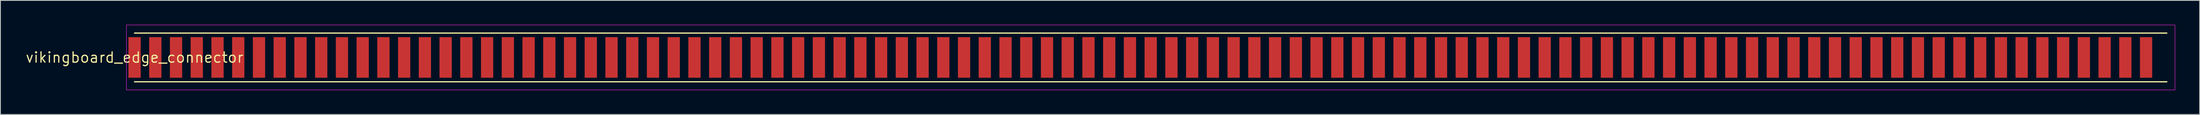
<source format=kicad_pcb>
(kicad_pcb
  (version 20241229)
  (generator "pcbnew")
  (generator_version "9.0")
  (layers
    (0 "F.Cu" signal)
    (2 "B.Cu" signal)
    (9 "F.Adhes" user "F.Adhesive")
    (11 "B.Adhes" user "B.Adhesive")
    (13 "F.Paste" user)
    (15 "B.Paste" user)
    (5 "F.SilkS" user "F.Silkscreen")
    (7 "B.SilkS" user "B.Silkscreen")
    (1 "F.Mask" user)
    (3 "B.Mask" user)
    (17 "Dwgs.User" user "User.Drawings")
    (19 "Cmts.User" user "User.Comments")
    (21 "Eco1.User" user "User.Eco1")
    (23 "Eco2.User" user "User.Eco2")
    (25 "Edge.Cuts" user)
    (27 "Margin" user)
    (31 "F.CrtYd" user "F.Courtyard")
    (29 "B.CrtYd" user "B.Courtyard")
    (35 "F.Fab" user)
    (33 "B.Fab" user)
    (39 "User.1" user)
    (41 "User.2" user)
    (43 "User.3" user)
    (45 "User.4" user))
  (footprint "vikingboard_edge_connector"
    (layer "F.Cu")
    (at 13.433 4.025)
    (property "Reference" "vikingboard_edge_connector" (at 0 0 0) (layer "F.SilkS") (effects (font (size 1.27 1.27) (thickness 0.15))))
    (fp_line (start 0 -3) (end 248.92 -3) (stroke (width 0.15) (type solid)) (layer "F.SilkS"))
    (fp_line (start 0 3) (end 248.92 3) (stroke (width 0.15) (type solid)) (layer "F.SilkS"))
    (fp_rect (start -1 -4) (end 249.92 4) (stroke (width 0.05) (type solid)) (fill no) (layer "F.CrtYd"))
    (pad "1" smd rect (at 0 0) (size 1.5 5) (layers "F.Cu" "F.Mask" "F.Paste"))
    (pad "2" smd rect (at 2.54 0) (size 1.5 5) (layers "F.Cu" "F.Mask" "F.Paste"))
    (pad "3" smd rect (at 5.08 0) (size 1.5 5) (layers "F.Cu" "F.Mask" "F.Paste"))
    (pad "4" smd rect (at 7.62 0) (size 1.5 5) (layers "F.Cu" "F.Mask" "F.Paste"))
    (pad "5" smd rect (at 10.16 0) (size 1.5 5) (layers "F.Cu" "F.Mask" "F.Paste"))
    (pad "6" smd rect (at 12.7 0) (size 1.5 5) (layers "F.Cu" "F.Mask" "F.Paste"))
    (pad "7" smd rect (at 15.24 0) (size 1.5 5) (layers "F.Cu" "F.Mask" "F.Paste"))
    (pad "8" smd rect (at 17.78 0) (size 1.5 5) (layers "F.Cu" "F.Mask" "F.Paste"))
    (pad "9" smd rect (at 20.32 0) (size 1.5 5) (layers "F.Cu" "F.Mask" "F.Paste"))
    (pad "10" smd rect (at 22.86 0) (size 1.5 5) (layers "F.Cu" "F.Mask" "F.Paste"))
    (pad "11" smd rect (at 25.4 0) (size 1.5 5) (layers "F.Cu" "F.Mask" "F.Paste"))
    (pad "12" smd rect (at 27.94 0) (size 1.5 5) (layers "F.Cu" "F.Mask" "F.Paste"))
    (pad "13" smd rect (at 30.48 0) (size 1.5 5) (layers "F.Cu" "F.Mask" "F.Paste"))
    (pad "14" smd rect (at 33.02 0) (size 1.5 5) (layers "F.Cu" "F.Mask" "F.Paste"))
    (pad "15" smd rect (at 35.56 0) (size 1.5 5) (layers "F.Cu" "F.Mask" "F.Paste"))
    (pad "16" smd rect (at 38.1 0) (size 1.5 5) (layers "F.Cu" "F.Mask" "F.Paste"))
    (pad "17" smd rect (at 40.64 0) (size 1.5 5) (layers "F.Cu" "F.Mask" "F.Paste"))
    (pad "18" smd rect (at 43.18 0) (size 1.5 5) (layers "F.Cu" "F.Mask" "F.Paste"))
    (pad "19" smd rect (at 45.72 0) (size 1.5 5) (layers "F.Cu" "F.Mask" "F.Paste"))
    (pad "20" smd rect (at 48.26 0) (size 1.5 5) (layers "F.Cu" "F.Mask" "F.Paste"))
    (pad "21" smd rect (at 50.8 0) (size 1.5 5) (layers "F.Cu" "F.Mask" "F.Paste"))
    (pad "22" smd rect (at 53.34 0) (size 1.5 5) (layers "F.Cu" "F.Mask" "F.Paste"))
    (pad "23" smd rect (at 55.88 0) (size 1.5 5) (layers "F.Cu" "F.Mask" "F.Paste"))
    (pad "24" smd rect (at 58.42 0) (size 1.5 5) (layers "F.Cu" "F.Mask" "F.Paste"))
    (pad "25" smd rect (at 60.96 0) (size 1.5 5) (layers "F.Cu" "F.Mask" "F.Paste"))
    (pad "26" smd rect (at 63.5 0) (size 1.5 5) (layers "F.Cu" "F.Mask" "F.Paste"))
    (pad "27" smd rect (at 66.04 0) (size 1.5 5) (layers "F.Cu" "F.Mask" "F.Paste"))
    (pad "28" smd rect (at 68.58 0) (size 1.5 5) (layers "F.Cu" "F.Mask" "F.Paste"))
    (pad "29" smd rect (at 71.12 0) (size 1.5 5) (layers "F.Cu" "F.Mask" "F.Paste"))
    (pad "30" smd rect (at 73.66 0) (size 1.5 5) (layers "F.Cu" "F.Mask" "F.Paste"))
    (pad "31" smd rect (at 76.2 0) (size 1.5 5) (layers "F.Cu" "F.Mask" "F.Paste"))
    (pad "32" smd rect (at 78.74 0) (size 1.5 5) (layers "F.Cu" "F.Mask" "F.Paste"))
    (pad "33" smd rect (at 81.28 0) (size 1.5 5) (layers "F.Cu" "F.Mask" "F.Paste"))
    (pad "34" smd rect (at 83.82 0) (size 1.5 5) (layers "F.Cu" "F.Mask" "F.Paste"))
    (pad "35" smd rect (at 86.36 0) (size 1.5 5) (layers "F.Cu" "F.Mask" "F.Paste"))
    (pad "36" smd rect (at 88.9 0) (size 1.5 5) (layers "F.Cu" "F.Mask" "F.Paste"))
    (pad "37" smd rect (at 91.44 0) (size 1.5 5) (layers "F.Cu" "F.Mask" "F.Paste"))
    (pad "38" smd rect (at 93.98 0) (size 1.5 5) (layers "F.Cu" "F.Mask" "F.Paste"))
    (pad "39" smd rect (at 96.52 0) (size 1.5 5) (layers "F.Cu" "F.Mask" "F.Paste"))
    (pad "40" smd rect (at 99.06 0) (size 1.5 5) (layers "F.Cu" "F.Mask" "F.Paste"))
    (pad "41" smd rect (at 101.6 0) (size 1.5 5) (layers "F.Cu" "F.Mask" "F.Paste"))
    (pad "42" smd rect (at 104.14 0) (size 1.5 5) (layers "F.Cu" "F.Mask" "F.Paste"))
    (pad "43" smd rect (at 106.68 0) (size 1.5 5) (layers "F.Cu" "F.Mask" "F.Paste"))
    (pad "44" smd rect (at 109.22 0) (size 1.5 5) (layers "F.Cu" "F.Mask" "F.Paste"))
    (pad "45" smd rect (at 111.76 0) (size 1.5 5) (layers "F.Cu" "F.Mask" "F.Paste"))
    (pad "46" smd rect (at 114.3 0) (size 1.5 5) (layers "F.Cu" "F.Mask" "F.Paste"))
    (pad "47" smd rect (at 116.84 0) (size 1.5 5) (layers "F.Cu" "F.Mask" "F.Paste"))
    (pad "48" smd rect (at 119.38 0) (size 1.5 5) (layers "F.Cu" "F.Mask" "F.Paste"))
    (pad "49" smd rect (at 121.92 0) (size 1.5 5) (layers "F.Cu" "F.Mask" "F.Paste"))
    (pad "50" smd rect (at 124.46 0) (size 1.5 5) (layers "F.Cu" "F.Mask" "F.Paste"))
    (pad "51" smd rect (at 127 0) (size 1.5 5) (layers "F.Cu" "F.Mask" "F.Paste"))
    (pad "52" smd rect (at 129.54 0) (size 1.5 5) (layers "F.Cu" "F.Mask" "F.Paste"))
    (pad "53" smd rect (at 132.08 0) (size 1.5 5) (layers "F.Cu" "F.Mask" "F.Paste"))
    (pad "54" smd rect (at 134.62 0) (size 1.5 5) (layers "F.Cu" "F.Mask" "F.Paste"))
    (pad "55" smd rect (at 137.16 0) (size 1.5 5) (layers "F.Cu" "F.Mask" "F.Paste"))
    (pad "56" smd rect (at 139.7 0) (size 1.5 5) (layers "F.Cu" "F.Mask" "F.Paste"))
    (pad "57" smd rect (at 142.24 0) (size 1.5 5) (layers "F.Cu" "F.Mask" "F.Paste"))
    (pad "58" smd rect (at 144.78 0) (size 1.5 5) (layers "F.Cu" "F.Mask" "F.Paste"))
    (pad "59" smd rect (at 147.32 0) (size 1.5 5) (layers "F.Cu" "F.Mask" "F.Paste"))
    (pad "60" smd rect (at 149.86 0) (size 1.5 5) (layers "F.Cu" "F.Mask" "F.Paste"))
    (pad "61" smd rect (at 152.4 0) (size 1.5 5) (layers "F.Cu" "F.Mask" "F.Paste"))
    (pad "62" smd rect (at 154.94 0) (size 1.5 5) (layers "F.Cu" "F.Mask" "F.Paste"))
    (pad "63" smd rect (at 157.48 0) (size 1.5 5) (layers "F.Cu" "F.Mask" "F.Paste"))
    (pad "64" smd rect (at 160.02 0) (size 1.5 5) (layers "F.Cu" "F.Mask" "F.Paste"))
    (pad "65" smd rect (at 162.56 0) (size 1.5 5) (layers "F.Cu" "F.Mask" "F.Paste"))
    (pad "66" smd rect (at 165.1 0) (size 1.5 5) (layers "F.Cu" "F.Mask" "F.Paste"))
    (pad "67" smd rect (at 167.64 0) (size 1.5 5) (layers "F.Cu" "F.Mask" "F.Paste"))
    (pad "68" smd rect (at 170.18 0) (size 1.5 5) (layers "F.Cu" "F.Mask" "F.Paste"))
    (pad "69" smd rect (at 172.72 0) (size 1.5 5) (layers "F.Cu" "F.Mask" "F.Paste"))
    (pad "70" smd rect (at 175.26 0) (size 1.5 5) (layers "F.Cu" "F.Mask" "F.Paste"))
    (pad "71" smd rect (at 177.8 0) (size 1.5 5) (layers "F.Cu" "F.Mask" "F.Paste"))
    (pad "72" smd rect (at 180.34 0) (size 1.5 5) (layers "F.Cu" "F.Mask" "F.Paste"))
    (pad "73" smd rect (at 182.88 0) (size 1.5 5) (layers "F.Cu" "F.Mask" "F.Paste"))
    (pad "74" smd rect (at 185.42 0) (size 1.5 5) (layers "F.Cu" "F.Mask" "F.Paste"))
    (pad "75" smd rect (at 187.96 0) (size 1.5 5) (layers "F.Cu" "F.Mask" "F.Paste"))
    (pad "76" smd rect (at 190.5 0) (size 1.5 5) (layers "F.Cu" "F.Mask" "F.Paste"))
    (pad "77" smd rect (at 193.04 0) (size 1.5 5) (layers "F.Cu" "F.Mask" "F.Paste"))
    (pad "78" smd rect (at 195.58 0) (size 1.5 5) (layers "F.Cu" "F.Mask" "F.Paste"))
    (pad "79" smd rect (at 198.12 0) (size 1.5 5) (layers "F.Cu" "F.Mask" "F.Paste"))
    (pad "80" smd rect (at 200.66 0) (size 1.5 5) (layers "F.Cu" "F.Mask" "F.Paste"))
    (pad "81" smd rect (at 203.2 0) (size 1.5 5) (layers "F.Cu" "F.Mask" "F.Paste"))
    (pad "82" smd rect (at 205.74 0) (size 1.5 5) (layers "F.Cu" "F.Mask" "F.Paste"))
    (pad "83" smd rect (at 208.28 0) (size 1.5 5) (layers "F.Cu" "F.Mask" "F.Paste"))
    (pad "84" smd rect (at 210.82 0) (size 1.5 5) (layers "F.Cu" "F.Mask" "F.Paste"))
    (pad "85" smd rect (at 213.36 0) (size 1.5 5) (layers "F.Cu" "F.Mask" "F.Paste"))
    (pad "86" smd rect (at 215.9 0) (size 1.5 5) (layers "F.Cu" "F.Mask" "F.Paste"))
    (pad "87" smd rect (at 218.44 0) (size 1.5 5) (layers "F.Cu" "F.Mask" "F.Paste"))
    (pad "88" smd rect (at 220.98 0) (size 1.5 5) (layers "F.Cu" "F.Mask" "F.Paste"))
    (pad "89" smd rect (at 223.52 0) (size 1.5 5) (layers "F.Cu" "F.Mask" "F.Paste"))
    (pad "90" smd rect (at 226.06 0) (size 1.5 5) (layers "F.Cu" "F.Mask" "F.Paste"))
    (pad "91" smd rect (at 228.6 0) (size 1.5 5) (layers "F.Cu" "F.Mask" "F.Paste"))
    (pad "92" smd rect (at 231.14 0) (size 1.5 5) (layers "F.Cu" "F.Mask" "F.Paste"))
    (pad "93" smd rect (at 233.68 0) (size 1.5 5) (layers "F.Cu" "F.Mask" "F.Paste"))
    (pad "94" smd rect (at 236.22 0) (size 1.5 5) (layers "F.Cu" "F.Mask" "F.Paste"))
    (pad "95" smd rect (at 238.76 0) (size 1.5 5) (layers "F.Cu" "F.Mask" "F.Paste"))
    (pad "96" smd rect (at 241.3 0) (size 1.5 5) (layers "F.Cu" "F.Mask" "F.Paste"))
    (pad "97" smd rect (at 243.84 0) (size 1.5 5) (layers "F.Cu" "F.Mask" "F.Paste"))
    (pad "98" smd rect (at 246.38 0) (size 1.5 5) (layers "F.Cu" "F.Mask" "F.Paste")))
  (gr_rect
    (start -3 -3)
    (end 266.378 11.05)
    (stroke (width 0.1) (type default))
    (fill no)
    (layer "Edge.Cuts")))
</source>
